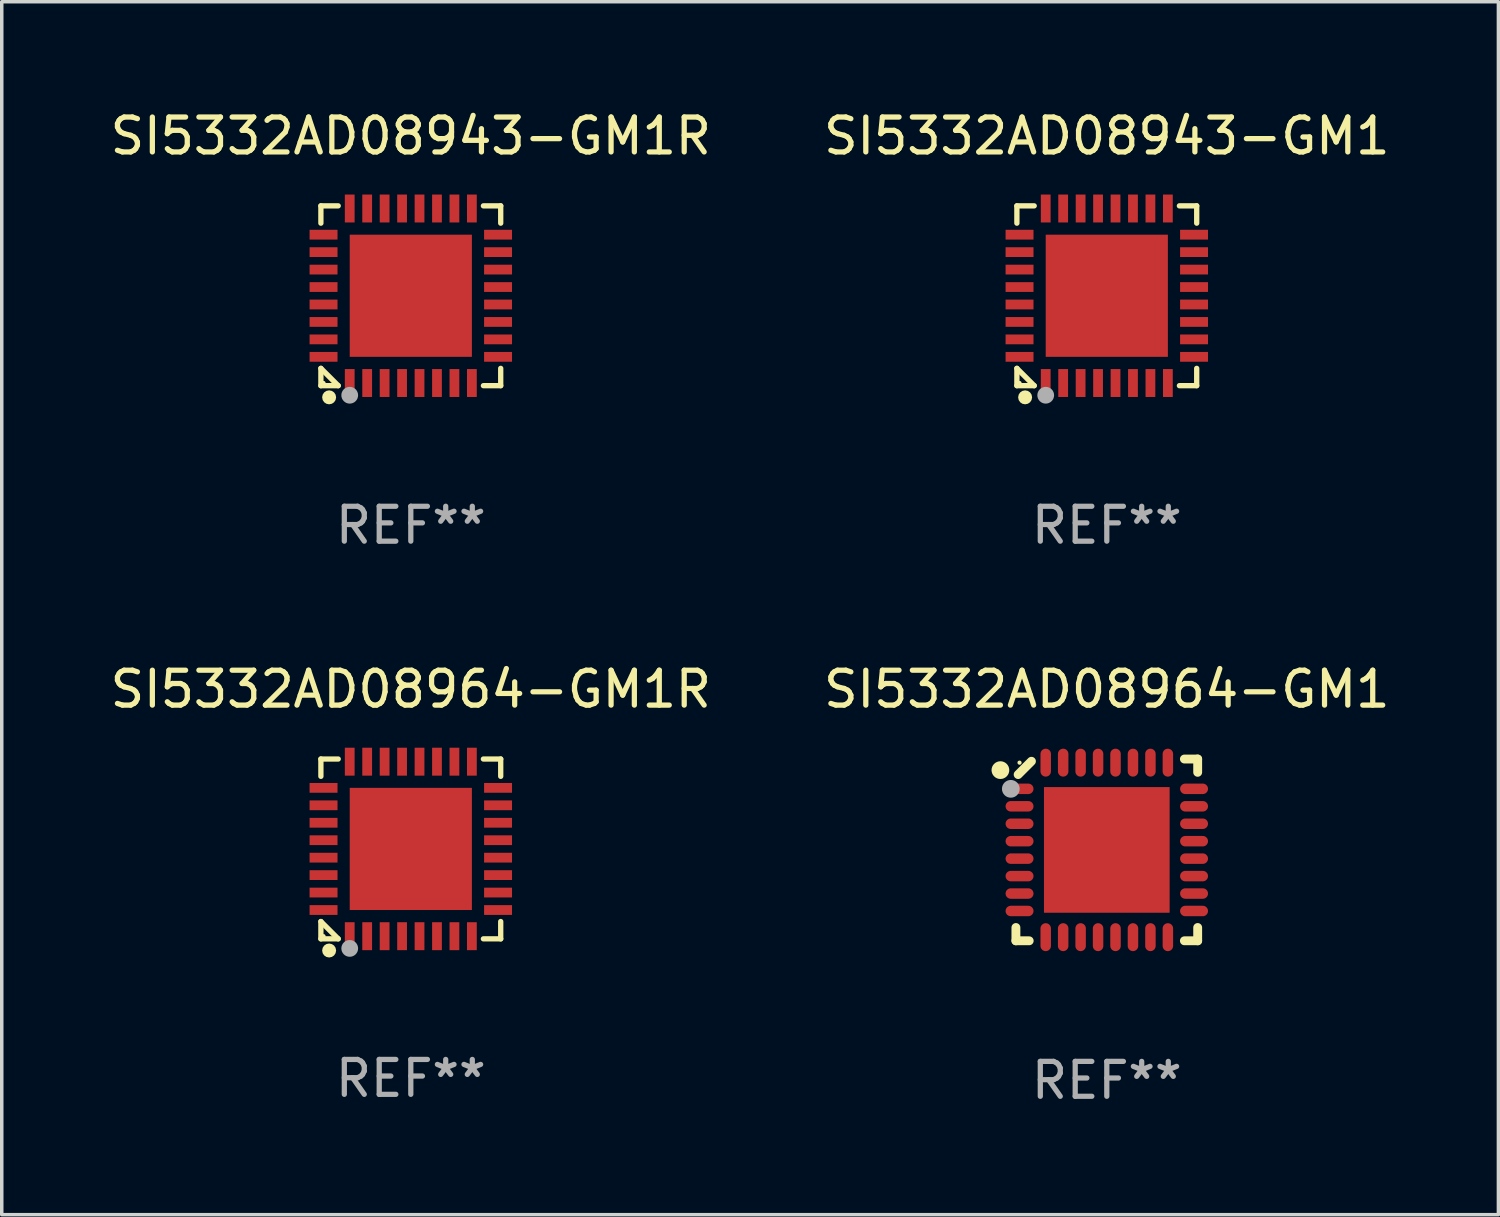
<source format=kicad_pcb>
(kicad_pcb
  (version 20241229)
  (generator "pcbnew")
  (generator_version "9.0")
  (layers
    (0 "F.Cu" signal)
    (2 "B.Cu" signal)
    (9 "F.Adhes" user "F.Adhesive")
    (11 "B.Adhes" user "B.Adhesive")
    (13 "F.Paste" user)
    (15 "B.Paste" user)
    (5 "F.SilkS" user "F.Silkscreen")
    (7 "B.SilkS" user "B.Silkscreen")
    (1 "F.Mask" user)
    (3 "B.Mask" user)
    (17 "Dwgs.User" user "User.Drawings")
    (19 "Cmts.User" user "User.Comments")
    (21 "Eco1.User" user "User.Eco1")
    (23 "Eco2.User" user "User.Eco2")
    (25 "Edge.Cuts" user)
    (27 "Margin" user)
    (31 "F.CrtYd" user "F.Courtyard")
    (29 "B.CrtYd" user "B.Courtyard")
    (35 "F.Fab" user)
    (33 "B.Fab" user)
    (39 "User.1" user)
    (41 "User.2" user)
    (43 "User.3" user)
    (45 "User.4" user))
  (footprint "SI5332AD08964-GM1"
    (layer "F.Cu")
    (at 28.661 21.301)
    (property "Reference" "SI5332AD08964-GM1" (at 0 -4.604 0) (layer "F.SilkS") (effects (font (size 1 1) (thickness 0.15))))
    (attr through_hole)
    (fp_line (start -2.604 2.223) (end -2.604 2.604) (stroke (width 0.254) (type solid)) (layer "F.SilkS"))
    (fp_line (start -2.604 2.604) (end -2.223 2.604) (stroke (width 0.254) (type solid)) (layer "F.SilkS"))
    (fp_line (start -2.159 -2.54) (end -2.54 -2.159) (stroke (width 0.254) (type solid)) (layer "F.SilkS"))
    (fp_line (start 2.223 2.604) (end 2.604 2.604) (stroke (width 0.254) (type solid)) (layer "F.SilkS"))
    (fp_line (start 2.604 -2.604) (end 2.223 -2.604) (stroke (width 0.254) (type solid)) (layer "F.SilkS"))
    (fp_line (start 2.604 -2.223) (end 2.604 -2.604) (stroke (width 0.254) (type solid)) (layer "F.SilkS"))
    (fp_line (start 2.604 2.604) (end 2.604 2.223) (stroke (width 0.254) (type solid)) (layer "F.SilkS"))
    (fp_circle (center -3.048 -2.286) (end -2.921 -2.286) (stroke (width 0.254) (type solid)) (fill no) (layer "F.SilkS"))
    (fp_circle (center -2.5 -2.5) (end -2.47 -2.5) (stroke (width 0.06) (type solid)) (fill no) (layer "F.SilkS"))
    (fp_circle (center -2.75 -1.75) (end -2.623 -1.75) (stroke (width 0.254) (type solid)) (fill no) (layer "F.Fab"))
    (fp_text user "REF**" (at 0 6.604 0) (layer "F.Fab") (effects (font (size 1 1) (thickness 0.15))))
    (pad "1" smd oval (at -2.5 -1.75) (size 0.8 0.3) (layers "F.Cu" "F.Mask" "F.Paste"))
    (pad "2" smd oval (at -2.5 -1.25) (size 0.8 0.3) (layers "F.Cu" "F.Mask" "F.Paste"))
    (pad "3" smd oval (at -2.5 -0.75) (size 0.8 0.3) (layers "F.Cu" "F.Mask" "F.Paste"))
    (pad "4" smd oval (at -2.5 -0.25) (size 0.8 0.3) (layers "F.Cu" "F.Mask" "F.Paste"))
    (pad "5" smd oval (at -2.5 0.25) (size 0.8 0.3) (layers "F.Cu" "F.Mask" "F.Paste"))
    (pad "6" smd oval (at -2.5 0.75) (size 0.8 0.3) (layers "F.Cu" "F.Mask" "F.Paste"))
    (pad "7" smd oval (at -2.5 1.25) (size 0.8 0.3) (layers "F.Cu" "F.Mask" "F.Paste"))
    (pad "8" smd oval (at -2.5 1.75) (size 0.8 0.3) (layers "F.Cu" "F.Mask" "F.Paste"))
    (pad "9" smd oval (at -1.75 2.5) (size 0.3 0.8) (layers "F.Cu" "F.Mask" "F.Paste"))
    (pad "10" smd oval (at -1.25 2.5) (size 0.3 0.8) (layers "F.Cu" "F.Mask" "F.Paste"))
    (pad "11" smd oval (at -0.75 2.5) (size 0.3 0.8) (layers "F.Cu" "F.Mask" "F.Paste"))
    (pad "12" smd oval (at -0.25 2.5) (size 0.3 0.8) (layers "F.Cu" "F.Mask" "F.Paste"))
    (pad "13" smd oval (at 0.25 2.5) (size 0.3 0.8) (layers "F.Cu" "F.Mask" "F.Paste"))
    (pad "14" smd oval (at 0.75 2.5) (size 0.3 0.8) (layers "F.Cu" "F.Mask" "F.Paste"))
    (pad "15" smd oval (at 1.25 2.5) (size 0.3 0.8) (layers "F.Cu" "F.Mask" "F.Paste"))
    (pad "16" smd oval (at 1.75 2.5) (size 0.3 0.8) (layers "F.Cu" "F.Mask" "F.Paste"))
    (pad "17" smd oval (at 2.5 1.75) (size 0.8 0.3) (layers "F.Cu" "F.Mask" "F.Paste"))
    (pad "18" smd oval (at 2.5 1.25) (size 0.8 0.3) (layers "F.Cu" "F.Mask" "F.Paste"))
    (pad "19" smd oval (at 2.5 0.75) (size 0.8 0.3) (layers "F.Cu" "F.Mask" "F.Paste"))
    (pad "20" smd oval (at 2.5 0.25) (size 0.8 0.3) (layers "F.Cu" "F.Mask" "F.Paste"))
    (pad "21" smd oval (at 2.5 -0.25) (size 0.8 0.3) (layers "F.Cu" "F.Mask" "F.Paste"))
    (pad "22" smd oval (at 2.5 -0.75) (size 0.8 0.3) (layers "F.Cu" "F.Mask" "F.Paste"))
    (pad "23" smd oval (at 2.5 -1.25) (size 0.8 0.3) (layers "F.Cu" "F.Mask" "F.Paste"))
    (pad "24" smd oval (at 2.5 -1.75) (size 0.8 0.3) (layers "F.Cu" "F.Mask" "F.Paste"))
    (pad "25" smd oval (at 1.75 -2.5) (size 0.3 0.8) (layers "F.Cu" "F.Mask" "F.Paste"))
    (pad "26" smd oval (at 1.25 -2.5) (size 0.3 0.8) (layers "F.Cu" "F.Mask" "F.Paste"))
    (pad "27" smd oval (at 0.75 -2.5) (size 0.3 0.8) (layers "F.Cu" "F.Mask" "F.Paste"))
    (pad "28" smd oval (at 0.25 -2.5) (size 0.3 0.8) (layers "F.Cu" "F.Mask" "F.Paste"))
    (pad "29" smd oval (at -0.25 -2.5) (size 0.3 0.8) (layers "F.Cu" "F.Mask" "F.Paste"))
    (pad "30" smd oval (at -0.75 -2.5) (size 0.3 0.8) (layers "F.Cu" "F.Mask" "F.Paste"))
    (pad "31" smd oval (at -1.25 -2.5) (size 0.3 0.8) (layers "F.Cu" "F.Mask" "F.Paste"))
    (pad "32" smd oval (at -1.75 -2.5) (size 0.3 0.8) (layers "F.Cu" "F.Mask" "F.Paste"))
    (pad "33" smd rect (at -0.000076 0) (size 3.6 3.6) (layers "F.Cu" "F.Mask" "F.Paste")))
  (footprint "SI5332AD08964-GM1R"
    (layer "F.Cu")
    (at 8.72 21.273)
    (property "Reference" "SI5332AD08964-GM1R" (at 0 -4.576 0) (layer "F.SilkS") (effects (font (size 1 1) (thickness 0.15))))
    (attr through_hole)
    (fp_line (start -2.576 -2.576) (end -2.08 -2.576) (stroke (width 0.152) (type solid)) (layer "F.SilkS"))
    (fp_line (start -2.576 -2.08) (end -2.576 -2.576) (stroke (width 0.152) (type solid)) (layer "F.SilkS"))
    (fp_line (start -2.576 2.08) (end -2.576 2.576) (stroke (width 0.152) (type solid)) (layer "F.SilkS"))
    (fp_line (start -2.576 2.08) (end -2.08 2.576) (stroke (width 0.152) (type solid)) (layer "F.SilkS"))
    (fp_line (start -2.576 2.576) (end -2.08 2.576) (stroke (width 0.152) (type solid)) (layer "F.SilkS"))
    (fp_line (start 2.576 -2.576) (end 2.08 -2.576) (stroke (width 0.152) (type solid)) (layer "F.SilkS"))
    (fp_line (start 2.576 -2.08) (end 2.576 -2.576) (stroke (width 0.152) (type solid)) (layer "F.SilkS"))
    (fp_line (start 2.576 2.08) (end 2.576 2.576) (stroke (width 0.152) (type solid)) (layer "F.SilkS"))
    (fp_line (start 2.576 2.576) (end 2.08 2.576) (stroke (width 0.152) (type solid)) (layer "F.SilkS"))
    (fp_circle (center -2.5 2.5) (end -2.47 2.5) (stroke (width 0.06) (type solid)) (fill no) (layer "F.SilkS"))
    (fp_circle (center -2.34 2.91) (end -2.24 2.91) (stroke (width 0.2) (type solid)) (fill no) (layer "F.SilkS"))
    (fp_circle (center -1.75 2.85) (end -1.63 2.85) (stroke (width 0.24) (type solid)) (fill no) (layer "F.Fab"))
    (fp_text user "REF**" (at 0 6.576 0) (layer "F.Fab") (effects (font (size 1 1) (thickness 0.15))))
    (pad "1" smd rect (at -1.75 2.5) (size 0.28 0.8) (layers "F.Cu" "F.Mask" "F.Paste"))
    (pad "2" smd rect (at -1.25 2.5) (size 0.28 0.8) (layers "F.Cu" "F.Mask" "F.Paste"))
    (pad "3" smd rect (at -0.75 2.5) (size 0.28 0.8) (layers "F.Cu" "F.Mask" "F.Paste"))
    (pad "4" smd rect (at -0.25 2.5) (size 0.28 0.8) (layers "F.Cu" "F.Mask" "F.Paste"))
    (pad "5" smd rect (at 0.25 2.5) (size 0.28 0.8) (layers "F.Cu" "F.Mask" "F.Paste"))
    (pad "6" smd rect (at 0.75 2.5) (size 0.28 0.8) (layers "F.Cu" "F.Mask" "F.Paste"))
    (pad "7" smd rect (at 1.25 2.5) (size 0.28 0.8) (layers "F.Cu" "F.Mask" "F.Paste"))
    (pad "8" smd rect (at 1.75 2.5) (size 0.28 0.8) (layers "F.Cu" "F.Mask" "F.Paste"))
    (pad "9" smd rect (at 2.5 1.75) (size 0.8 0.28) (layers "F.Cu" "F.Mask" "F.Paste"))
    (pad "10" smd rect (at 2.5 1.25) (size 0.8 0.28) (layers "F.Cu" "F.Mask" "F.Paste"))
    (pad "11" smd rect (at 2.5 0.75) (size 0.8 0.28) (layers "F.Cu" "F.Mask" "F.Paste"))
    (pad "12" smd rect (at 2.5 0.25) (size 0.8 0.28) (layers "F.Cu" "F.Mask" "F.Paste"))
    (pad "13" smd rect (at 2.5 -0.25) (size 0.8 0.28) (layers "F.Cu" "F.Mask" "F.Paste"))
    (pad "14" smd rect (at 2.5 -0.75) (size 0.8 0.28) (layers "F.Cu" "F.Mask" "F.Paste"))
    (pad "15" smd rect (at 2.5 -1.25) (size 0.8 0.28) (layers "F.Cu" "F.Mask" "F.Paste"))
    (pad "16" smd rect (at 2.5 -1.75) (size 0.8 0.28) (layers "F.Cu" "F.Mask" "F.Paste"))
    (pad "17" smd rect (at 1.75 -2.5) (size 0.28 0.8) (layers "F.Cu" "F.Mask" "F.Paste"))
    (pad "18" smd rect (at 1.25 -2.5) (size 0.28 0.8) (layers "F.Cu" "F.Mask" "F.Paste"))
    (pad "19" smd rect (at 0.75 -2.5) (size 0.28 0.8) (layers "F.Cu" "F.Mask" "F.Paste"))
    (pad "20" smd rect (at 0.25 -2.5) (size 0.28 0.8) (layers "F.Cu" "F.Mask" "F.Paste"))
    (pad "21" smd rect (at -0.25 -2.5) (size 0.28 0.8) (layers "F.Cu" "F.Mask" "F.Paste"))
    (pad "22" smd rect (at -0.75 -2.5) (size 0.28 0.8) (layers "F.Cu" "F.Mask" "F.Paste"))
    (pad "23" smd rect (at -1.25 -2.5) (size 0.28 0.8) (layers "F.Cu" "F.Mask" "F.Paste"))
    (pad "24" smd rect (at -1.75 -2.5) (size 0.28 0.8) (layers "F.Cu" "F.Mask" "F.Paste"))
    (pad "25" smd rect (at -2.5 -1.75) (size 0.8 0.28) (layers "F.Cu" "F.Mask" "F.Paste"))
    (pad "26" smd rect (at -2.5 -1.25) (size 0.8 0.28) (layers "F.Cu" "F.Mask" "F.Paste"))
    (pad "27" smd rect (at -2.5 -0.75) (size 0.8 0.28) (layers "F.Cu" "F.Mask" "F.Paste"))
    (pad "28" smd rect (at -2.5 -0.25) (size 0.8 0.28) (layers "F.Cu" "F.Mask" "F.Paste"))
    (pad "29" smd rect (at -2.5 0.25) (size 0.8 0.28) (layers "F.Cu" "F.Mask" "F.Paste"))
    (pad "30" smd rect (at -2.5 0.75) (size 0.8 0.28) (layers "F.Cu" "F.Mask" "F.Paste"))
    (pad "31" smd rect (at -2.5 1.25) (size 0.8 0.28) (layers "F.Cu" "F.Mask" "F.Paste"))
    (pad "32" smd rect (at -2.5 1.75) (size 0.8 0.28) (layers "F.Cu" "F.Mask" "F.Paste"))
    (pad "33" smd rect (at 0 0) (size 3.5 3.5) (layers "F.Cu" "F.Mask" "F.Paste")))
  (footprint "SI5332AD08943-GM1"
    (layer "F.Cu")
    (at 28.661 5.424)
    (property "Reference" "SI5332AD08943-GM1" (at 0 -4.576 0) (layer "F.SilkS") (effects (font (size 1 1) (thickness 0.15))))
    (attr through_hole)
    (fp_line (start -2.576 -2.576) (end -2.08 -2.576) (stroke (width 0.152) (type solid)) (layer "F.SilkS"))
    (fp_line (start -2.576 -2.08) (end -2.576 -2.576) (stroke (width 0.152) (type solid)) (layer "F.SilkS"))
    (fp_line (start -2.576 2.08) (end -2.576 2.576) (stroke (width 0.152) (type solid)) (layer "F.SilkS"))
    (fp_line (start -2.576 2.08) (end -2.08 2.576) (stroke (width 0.152) (type solid)) (layer "F.SilkS"))
    (fp_line (start -2.576 2.576) (end -2.08 2.576) (stroke (width 0.152) (type solid)) (layer "F.SilkS"))
    (fp_line (start 2.576 -2.576) (end 2.08 -2.576) (stroke (width 0.152) (type solid)) (layer "F.SilkS"))
    (fp_line (start 2.576 -2.08) (end 2.576 -2.576) (stroke (width 0.152) (type solid)) (layer "F.SilkS"))
    (fp_line (start 2.576 2.08) (end 2.576 2.576) (stroke (width 0.152) (type solid)) (layer "F.SilkS"))
    (fp_line (start 2.576 2.576) (end 2.08 2.576) (stroke (width 0.152) (type solid)) (layer "F.SilkS"))
    (fp_circle (center -2.5 2.5) (end -2.47 2.5) (stroke (width 0.06) (type solid)) (fill no) (layer "F.SilkS"))
    (fp_circle (center -2.34 2.91) (end -2.24 2.91) (stroke (width 0.2) (type solid)) (fill no) (layer "F.SilkS"))
    (fp_circle (center -1.75 2.85) (end -1.63 2.85) (stroke (width 0.24) (type solid)) (fill no) (layer "F.Fab"))
    (fp_text user "REF**" (at 0 6.576 0) (layer "F.Fab") (effects (font (size 1 1) (thickness 0.15))))
    (pad "1" smd rect (at -1.75 2.5) (size 0.28 0.8) (layers "F.Cu" "F.Mask" "F.Paste"))
    (pad "2" smd rect (at -1.25 2.5) (size 0.28 0.8) (layers "F.Cu" "F.Mask" "F.Paste"))
    (pad "3" smd rect (at -0.75 2.5) (size 0.28 0.8) (layers "F.Cu" "F.Mask" "F.Paste"))
    (pad "4" smd rect (at -0.25 2.5) (size 0.28 0.8) (layers "F.Cu" "F.Mask" "F.Paste"))
    (pad "5" smd rect (at 0.25 2.5) (size 0.28 0.8) (layers "F.Cu" "F.Mask" "F.Paste"))
    (pad "6" smd rect (at 0.75 2.5) (size 0.28 0.8) (layers "F.Cu" "F.Mask" "F.Paste"))
    (pad "7" smd rect (at 1.25 2.5) (size 0.28 0.8) (layers "F.Cu" "F.Mask" "F.Paste"))
    (pad "8" smd rect (at 1.75 2.5) (size 0.28 0.8) (layers "F.Cu" "F.Mask" "F.Paste"))
    (pad "9" smd rect (at 2.5 1.75) (size 0.8 0.28) (layers "F.Cu" "F.Mask" "F.Paste"))
    (pad "10" smd rect (at 2.5 1.25) (size 0.8 0.28) (layers "F.Cu" "F.Mask" "F.Paste"))
    (pad "11" smd rect (at 2.5 0.75) (size 0.8 0.28) (layers "F.Cu" "F.Mask" "F.Paste"))
    (pad "12" smd rect (at 2.5 0.25) (size 0.8 0.28) (layers "F.Cu" "F.Mask" "F.Paste"))
    (pad "13" smd rect (at 2.5 -0.25) (size 0.8 0.28) (layers "F.Cu" "F.Mask" "F.Paste"))
    (pad "14" smd rect (at 2.5 -0.75) (size 0.8 0.28) (layers "F.Cu" "F.Mask" "F.Paste"))
    (pad "15" smd rect (at 2.5 -1.25) (size 0.8 0.28) (layers "F.Cu" "F.Mask" "F.Paste"))
    (pad "16" smd rect (at 2.5 -1.75) (size 0.8 0.28) (layers "F.Cu" "F.Mask" "F.Paste"))
    (pad "17" smd rect (at 1.75 -2.5) (size 0.28 0.8) (layers "F.Cu" "F.Mask" "F.Paste"))
    (pad "18" smd rect (at 1.25 -2.5) (size 0.28 0.8) (layers "F.Cu" "F.Mask" "F.Paste"))
    (pad "19" smd rect (at 0.75 -2.5) (size 0.28 0.8) (layers "F.Cu" "F.Mask" "F.Paste"))
    (pad "20" smd rect (at 0.25 -2.5) (size 0.28 0.8) (layers "F.Cu" "F.Mask" "F.Paste"))
    (pad "21" smd rect (at -0.25 -2.5) (size 0.28 0.8) (layers "F.Cu" "F.Mask" "F.Paste"))
    (pad "22" smd rect (at -0.75 -2.5) (size 0.28 0.8) (layers "F.Cu" "F.Mask" "F.Paste"))
    (pad "23" smd rect (at -1.25 -2.5) (size 0.28 0.8) (layers "F.Cu" "F.Mask" "F.Paste"))
    (pad "24" smd rect (at -1.75 -2.5) (size 0.28 0.8) (layers "F.Cu" "F.Mask" "F.Paste"))
    (pad "25" smd rect (at -2.5 -1.75) (size 0.8 0.28) (layers "F.Cu" "F.Mask" "F.Paste"))
    (pad "26" smd rect (at -2.5 -1.25) (size 0.8 0.28) (layers "F.Cu" "F.Mask" "F.Paste"))
    (pad "27" smd rect (at -2.5 -0.75) (size 0.8 0.28) (layers "F.Cu" "F.Mask" "F.Paste"))
    (pad "28" smd rect (at -2.5 -0.25) (size 0.8 0.28) (layers "F.Cu" "F.Mask" "F.Paste"))
    (pad "29" smd rect (at -2.5 0.25) (size 0.8 0.28) (layers "F.Cu" "F.Mask" "F.Paste"))
    (pad "30" smd rect (at -2.5 0.75) (size 0.8 0.28) (layers "F.Cu" "F.Mask" "F.Paste"))
    (pad "31" smd rect (at -2.5 1.25) (size 0.8 0.28) (layers "F.Cu" "F.Mask" "F.Paste"))
    (pad "32" smd rect (at -2.5 1.75) (size 0.8 0.28) (layers "F.Cu" "F.Mask" "F.Paste"))
    (pad "33" smd rect (at 0 0) (size 3.5 3.5) (layers "F.Cu" "F.Mask" "F.Paste")))
  (footprint "SI5332AD08943-GM1R"
    (layer "F.Cu")
    (at 8.72 5.424)
    (property "Reference" "SI5332AD08943-GM1R" (at 0 -4.576 0) (layer "F.SilkS") (effects (font (size 1 1) (thickness 0.15))))
    (attr through_hole)
    (fp_line (start -2.576 -2.576) (end -2.08 -2.576) (stroke (width 0.152) (type solid)) (layer "F.SilkS"))
    (fp_line (start -2.576 -2.08) (end -2.576 -2.576) (stroke (width 0.152) (type solid)) (layer "F.SilkS"))
    (fp_line (start -2.576 2.08) (end -2.576 2.576) (stroke (width 0.152) (type solid)) (layer "F.SilkS"))
    (fp_line (start -2.576 2.08) (end -2.08 2.576) (stroke (width 0.152) (type solid)) (layer "F.SilkS"))
    (fp_line (start -2.576 2.576) (end -2.08 2.576) (stroke (width 0.152) (type solid)) (layer "F.SilkS"))
    (fp_line (start 2.576 -2.576) (end 2.08 -2.576) (stroke (width 0.152) (type solid)) (layer "F.SilkS"))
    (fp_line (start 2.576 -2.08) (end 2.576 -2.576) (stroke (width 0.152) (type solid)) (layer "F.SilkS"))
    (fp_line (start 2.576 2.08) (end 2.576 2.576) (stroke (width 0.152) (type solid)) (layer "F.SilkS"))
    (fp_line (start 2.576 2.576) (end 2.08 2.576) (stroke (width 0.152) (type solid)) (layer "F.SilkS"))
    (fp_circle (center -2.5 2.5) (end -2.47 2.5) (stroke (width 0.06) (type solid)) (fill no) (layer "F.SilkS"))
    (fp_circle (center -2.34 2.91) (end -2.24 2.91) (stroke (width 0.2) (type solid)) (fill no) (layer "F.SilkS"))
    (fp_circle (center -1.75 2.85) (end -1.63 2.85) (stroke (width 0.24) (type solid)) (fill no) (layer "F.Fab"))
    (fp_text user "REF**" (at 0 6.576 0) (layer "F.Fab") (effects (font (size 1 1) (thickness 0.15))))
    (pad "1" smd rect (at -1.75 2.5) (size 0.28 0.8) (layers "F.Cu" "F.Mask" "F.Paste"))
    (pad "2" smd rect (at -1.25 2.5) (size 0.28 0.8) (layers "F.Cu" "F.Mask" "F.Paste"))
    (pad "3" smd rect (at -0.75 2.5) (size 0.28 0.8) (layers "F.Cu" "F.Mask" "F.Paste"))
    (pad "4" smd rect (at -0.25 2.5) (size 0.28 0.8) (layers "F.Cu" "F.Mask" "F.Paste"))
    (pad "5" smd rect (at 0.25 2.5) (size 0.28 0.8) (layers "F.Cu" "F.Mask" "F.Paste"))
    (pad "6" smd rect (at 0.75 2.5) (size 0.28 0.8) (layers "F.Cu" "F.Mask" "F.Paste"))
    (pad "7" smd rect (at 1.25 2.5) (size 0.28 0.8) (layers "F.Cu" "F.Mask" "F.Paste"))
    (pad "8" smd rect (at 1.75 2.5) (size 0.28 0.8) (layers "F.Cu" "F.Mask" "F.Paste"))
    (pad "9" smd rect (at 2.5 1.75) (size 0.8 0.28) (layers "F.Cu" "F.Mask" "F.Paste"))
    (pad "10" smd rect (at 2.5 1.25) (size 0.8 0.28) (layers "F.Cu" "F.Mask" "F.Paste"))
    (pad "11" smd rect (at 2.5 0.75) (size 0.8 0.28) (layers "F.Cu" "F.Mask" "F.Paste"))
    (pad "12" smd rect (at 2.5 0.25) (size 0.8 0.28) (layers "F.Cu" "F.Mask" "F.Paste"))
    (pad "13" smd rect (at 2.5 -0.25) (size 0.8 0.28) (layers "F.Cu" "F.Mask" "F.Paste"))
    (pad "14" smd rect (at 2.5 -0.75) (size 0.8 0.28) (layers "F.Cu" "F.Mask" "F.Paste"))
    (pad "15" smd rect (at 2.5 -1.25) (size 0.8 0.28) (layers "F.Cu" "F.Mask" "F.Paste"))
    (pad "16" smd rect (at 2.5 -1.75) (size 0.8 0.28) (layers "F.Cu" "F.Mask" "F.Paste"))
    (pad "17" smd rect (at 1.75 -2.5) (size 0.28 0.8) (layers "F.Cu" "F.Mask" "F.Paste"))
    (pad "18" smd rect (at 1.25 -2.5) (size 0.28 0.8) (layers "F.Cu" "F.Mask" "F.Paste"))
    (pad "19" smd rect (at 0.75 -2.5) (size 0.28 0.8) (layers "F.Cu" "F.Mask" "F.Paste"))
    (pad "20" smd rect (at 0.25 -2.5) (size 0.28 0.8) (layers "F.Cu" "F.Mask" "F.Paste"))
    (pad "21" smd rect (at -0.25 -2.5) (size 0.28 0.8) (layers "F.Cu" "F.Mask" "F.Paste"))
    (pad "22" smd rect (at -0.75 -2.5) (size 0.28 0.8) (layers "F.Cu" "F.Mask" "F.Paste"))
    (pad "23" smd rect (at -1.25 -2.5) (size 0.28 0.8) (layers "F.Cu" "F.Mask" "F.Paste"))
    (pad "24" smd rect (at -1.75 -2.5) (size 0.28 0.8) (layers "F.Cu" "F.Mask" "F.Paste"))
    (pad "25" smd rect (at -2.5 -1.75) (size 0.8 0.28) (layers "F.Cu" "F.Mask" "F.Paste"))
    (pad "26" smd rect (at -2.5 -1.25) (size 0.8 0.28) (layers "F.Cu" "F.Mask" "F.Paste"))
    (pad "27" smd rect (at -2.5 -0.75) (size 0.8 0.28) (layers "F.Cu" "F.Mask" "F.Paste"))
    (pad "28" smd rect (at -2.5 -0.25) (size 0.8 0.28) (layers "F.Cu" "F.Mask" "F.Paste"))
    (pad "29" smd rect (at -2.5 0.25) (size 0.8 0.28) (layers "F.Cu" "F.Mask" "F.Paste"))
    (pad "30" smd rect (at -2.5 0.75) (size 0.8 0.28) (layers "F.Cu" "F.Mask" "F.Paste"))
    (pad "31" smd rect (at -2.5 1.25) (size 0.8 0.28) (layers "F.Cu" "F.Mask" "F.Paste"))
    (pad "32" smd rect (at -2.5 1.75) (size 0.8 0.28) (layers "F.Cu" "F.Mask" "F.Paste"))
    (pad "33" smd rect (at 0 0) (size 3.5 3.5) (layers "F.Cu" "F.Mask" "F.Paste")))
  (gr_rect
    (start -3 -3)
    (end 39.881 31.752)
    (stroke (width 0.1) (type default))
    (fill no)
    (layer "Edge.Cuts")))
</source>
